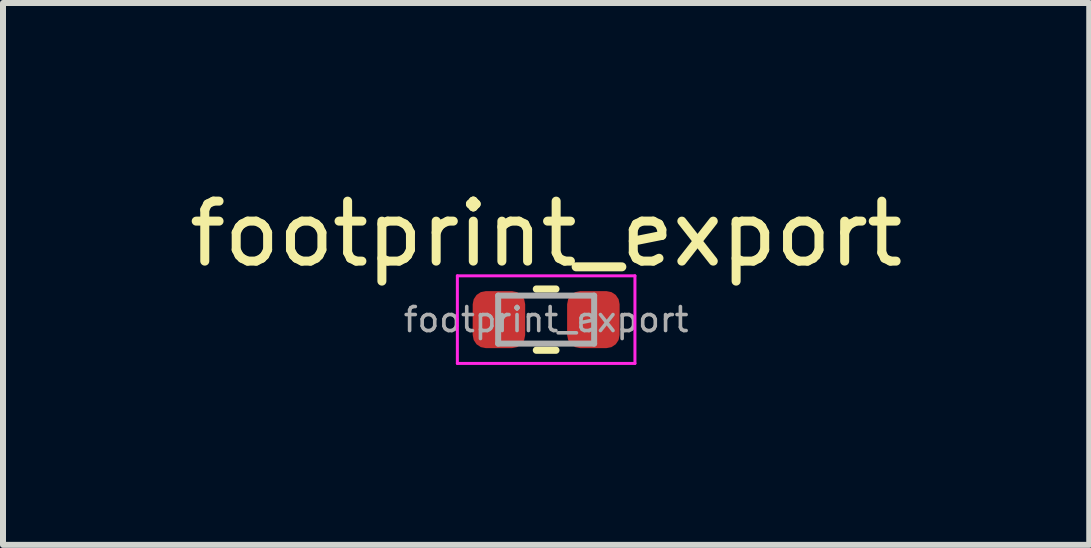
<source format=kicad_pcb>
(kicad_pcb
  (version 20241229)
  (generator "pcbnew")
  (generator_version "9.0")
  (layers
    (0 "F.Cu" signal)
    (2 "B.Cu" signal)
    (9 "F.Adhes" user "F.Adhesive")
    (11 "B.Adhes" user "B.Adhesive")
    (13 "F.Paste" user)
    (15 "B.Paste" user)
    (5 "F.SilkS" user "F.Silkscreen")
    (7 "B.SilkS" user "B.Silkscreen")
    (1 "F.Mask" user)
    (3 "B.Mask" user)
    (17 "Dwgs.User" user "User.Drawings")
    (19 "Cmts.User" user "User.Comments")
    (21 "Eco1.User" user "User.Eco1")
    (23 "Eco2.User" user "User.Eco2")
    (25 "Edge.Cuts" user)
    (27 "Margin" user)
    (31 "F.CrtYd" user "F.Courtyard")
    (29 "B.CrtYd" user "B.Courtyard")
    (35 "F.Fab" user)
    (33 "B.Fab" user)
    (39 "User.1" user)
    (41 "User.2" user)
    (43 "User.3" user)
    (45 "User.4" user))
  (footprint "footprint_export"
    (layer "F.Cu")
    (at 6.054 2.278)
    (property "Reference" "footprint_export" (at 0 -1.43 0) (layer "F.SilkS") (effects (font (size 1 1) (thickness 0.15))))
    (attr smd)
    (fp_line (start -0.163 -0.51) (end 0.163 -0.51) (stroke (width 0.12) (type solid)) (layer "F.SilkS"))
    (fp_line (start -0.163 0.51) (end 0.163 0.51) (stroke (width 0.12) (type solid)) (layer "F.SilkS"))
    (fp_line (start -1.48 -0.73) (end 1.48 -0.73) (stroke (width 0.05) (type solid)) (layer "F.CrtYd"))
    (fp_line (start -1.48 0.73) (end -1.48 -0.73) (stroke (width 0.05) (type solid)) (layer "F.CrtYd"))
    (fp_line (start 1.48 -0.73) (end 1.48 0.73) (stroke (width 0.05) (type solid)) (layer "F.CrtYd"))
    (fp_line (start 1.48 0.73) (end -1.48 0.73) (stroke (width 0.05) (type solid)) (layer "F.CrtYd"))
    (fp_line (start -0.8 -0.4) (end 0.8 -0.4) (stroke (width 0.1) (type solid)) (layer "F.Fab"))
    (fp_line (start -0.8 0.4) (end -0.8 -0.4) (stroke (width 0.1) (type solid)) (layer "F.Fab"))
    (fp_line (start 0.8 -0.4) (end 0.8 0.4) (stroke (width 0.1) (type solid)) (layer "F.Fab"))
    (fp_line (start 0.8 0.4) (end -0.8 0.4) (stroke (width 0.1) (type solid)) (layer "F.Fab"))
    (fp_text user "${REFERENCE}" (at 0 0 0) (layer "F.Fab") (effects (font (size 0.4 0.4) (thickness 0.06))))
    (pad "1" smd roundrect (at -0.787 0) (size 0.875 0.95) (layers "F.Cu" "F.Mask" "F.Paste") (roundrect_rratio 0.25))
    (pad "2" smd roundrect (at 0.787 0) (size 0.875 0.95) (layers "F.Cu" "F.Mask" "F.Paste") (roundrect_rratio 0.25)))
  (gr_rect
    (start -3 -3)
    (end 15.107 6.033)
    (stroke (width 0.1) (type default))
    (fill no)
    (layer "Edge.Cuts")))
</source>
